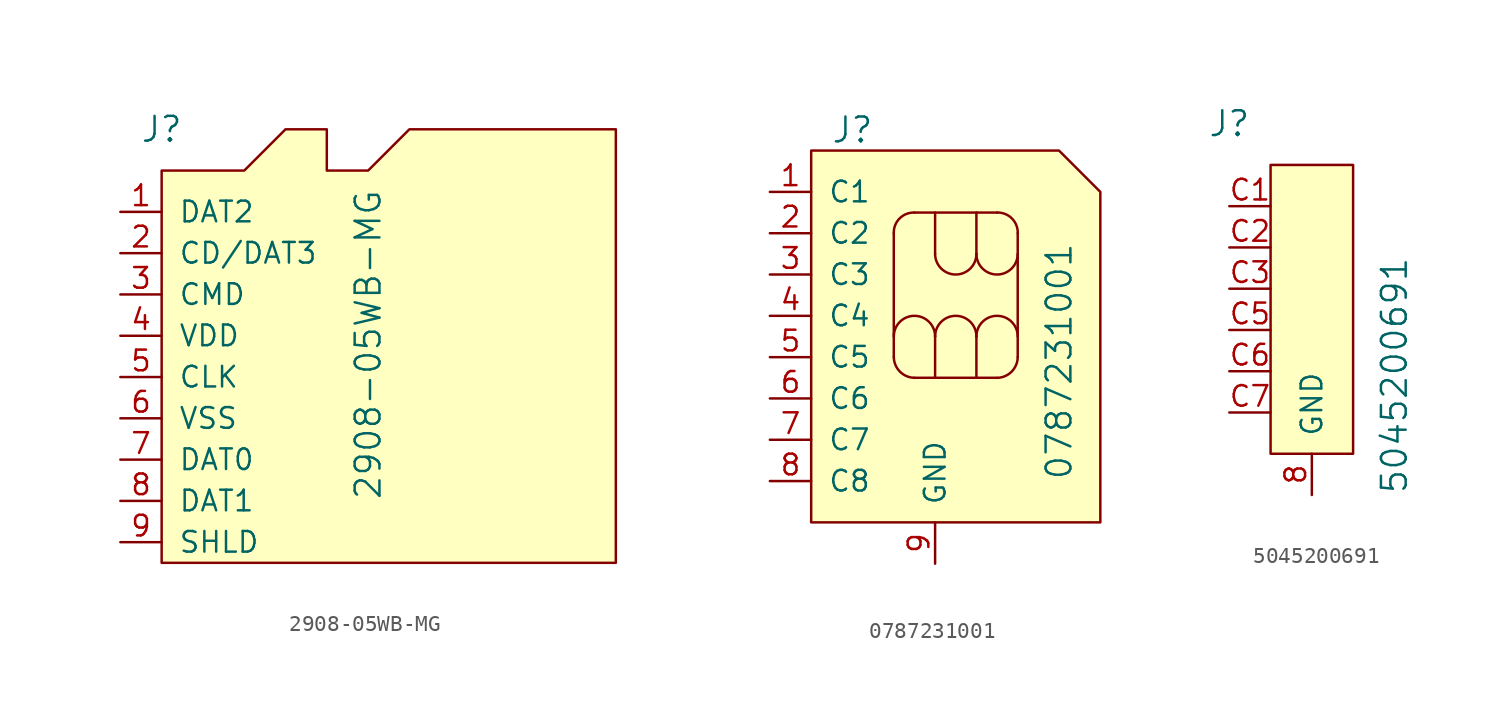
<source format=kicad_sym>
(kicad_symbol_lib
  (version 20211014)
  (generator kicad_symbol_editor)
  (symbol "2908-05WB-MG"
    (pin_names
      (offset 1.016))
    (property "Reference" "J"
      (at -12.7 12.7 0)
      (effects (font (size 1.524 1.524))))
    (property "Value" "2908-05WB-MG"
      (at 0 -10.16 90)
      (effects (font (size 1.524 1.524)) (justify left)))
    (symbol "2908-05WB-MG_0_1"
      (polyline (pts (xy -12.7 -13.97) (xy -12.7 10.16) (xy -7.62 10.16) (xy -5.08 12.7) (xy -2.54 12.7) (xy -2.54 10.16) (xy 0 10.16) (xy 2.54 12.7) (xy 15.24 12.7) (xy 15.24 -13.97) (xy -12.7 -13.97)) (stroke (width 0) (type default) (color 0 0 0 0)) (fill (type background))))
    (symbol "2908-05WB-MG_1_1"
      (pin bidirectional line (at -15.24 7.62 0) (length 2.54) (name "DAT2" (effects (font (size 1.27 1.27)))) (number "1" (effects (font (size 1.27 1.27)))))
      (pin bidirectional line (at -15.24 5.08 0) (length 2.54) (name "CD/DAT3" (effects (font (size 1.27 1.27)))) (number "2" (effects (font (size 1.27 1.27)))))
      (pin bidirectional line (at -15.24 2.54 0) (length 2.54) (name "CMD" (effects (font (size 1.27 1.27)))) (number "3" (effects (font (size 1.27 1.27)))))
      (pin power_in line (at -15.24 0 0) (length 2.54) (name "VDD" (effects (font (size 1.27 1.27)))) (number "4" (effects (font (size 1.27 1.27)))))
      (pin output line (at -15.24 -2.54 0) (length 2.54) (name "CLK" (effects (font (size 1.27 1.27)))) (number "5" (effects (font (size 1.27 1.27)))))
      (pin power_in line (at -15.24 -5.08 0) (length 2.54) (name "VSS" (effects (font (size 1.27 1.27)))) (number "6" (effects (font (size 1.27 1.27)))))
      (pin bidirectional line (at -15.24 -7.62 0) (length 2.54) (name "DAT0" (effects (font (size 1.27 1.27)))) (number "7" (effects (font (size 1.27 1.27)))))
      (pin bidirectional line (at -15.24 -10.16 0) (length 2.54) (name "DAT1" (effects (font (size 1.27 1.27)))) (number "8" (effects (font (size 1.27 1.27)))))
      (pin passive line (at -15.24 -12.7 0) (length 2.54) (name "SHLD" (effects (font (size 1.27 1.27)))) (number "9" (effects (font (size 1.27 1.27)))))))
  (symbol "0787231001"
    (pin_names
      (offset 1.016))
    (property "Reference" "J"
      (at -7.62 8.89 0)
      (effects (font (size 1.524 1.524))))
    (property "Value" "0787231001"
      (at 5.08 -12.7 90)
      (effects (font (size 1.524 1.524)) (justify left)))
    (symbol "0787231001_1_1"
      (arc (start -5.08 -5.08) (mid -4.7066 -5.9688) (end -3.81 -6.35) (stroke (width 0) (type default) (color 0 0 0 0)) (fill (type none)))
      (arc (start -3.81 3.81) (mid -4.7246 3.4471) (end -5.08 2.54) (stroke (width 0) (type default) (color 0 0 0 0)) (fill (type none)))
      (arc (start -2.54 -3.81) (mid -3.81 -2.54) (end -5.08 -3.81) (stroke (width 0) (type default) (color 0 0 0 0)) (fill (type none)))
      (arc (start -2.54 1.27) (mid -1.27 0) (end 0 1.27) (stroke (width 0) (type default) (color 0 0 0 0)) (fill (type none)))
      (arc (start 0 -3.81) (mid -1.27 -2.54) (end -2.54 -3.81) (stroke (width 0) (type default) (color 0 0 0 0)) (fill (type none)))
      (polyline (pts (xy -5.08 2.54) (xy -5.08 -5.08)) (stroke (width 0) (type default) (color 0 0 0 0)) (fill (type none)))
      (polyline (pts (xy -3.81 3.81) (xy 1.27 3.81)) (stroke (width 0) (type default) (color 0 0 0 0)) (fill (type none)))
      (polyline (pts (xy -2.54 -3.81) (xy -2.54 -6.35)) (stroke (width 0) (type default) (color 0 0 0 0)) (fill (type none)))
      (polyline (pts (xy -2.54 3.81) (xy -2.54 1.27)) (stroke (width 0) (type default) (color 0 0 0 0)) (fill (type none)))
      (polyline (pts (xy 0 -6.35) (xy 0 -3.81)) (stroke (width 0) (type default) (color 0 0 0 0)) (fill (type none)))
      (polyline (pts (xy 0 3.81) (xy 0 1.27)) (stroke (width 0) (type default) (color 0 0 0 0)) (fill (type none)))
      (polyline (pts (xy 1.27 -6.35) (xy -3.81 -6.35)) (stroke (width 0) (type default) (color 0 0 0 0)) (fill (type none)))
      (polyline (pts (xy 2.54 2.54) (xy 2.54 -5.08)) (stroke (width 0) (type default) (color 0 0 0 0)) (fill (type none)))
      (polyline (pts (xy -10.16 7.62) (xy -10.16 -15.24) (xy 7.62 -15.24) (xy 7.62 -7.62) (xy 7.62 5.08) (xy 5.08 7.62) (xy -10.16 7.62)) (stroke (width 0) (type default) (color 0 0 0 0)) (fill (type background)))
      (arc (start 0 1.27) (mid 1.27 0) (end 2.54 1.27) (stroke (width 0) (type default) (color 0 0 0 0)) (fill (type none)))
      (arc (start 1.27 -6.35) (mid 2.1588 -5.9766) (end 2.54 -5.08) (stroke (width 0) (type default) (color 0 0 0 0)) (fill (type none)))
      (arc (start 2.54 -3.81) (mid 1.27 -2.54) (end 0 -3.81) (stroke (width 0) (type default) (color 0 0 0 0)) (fill (type none)))
      (arc (start 2.54 2.54) (mid 2.1771 3.4546) (end 1.27 3.81) (stroke (width 0) (type default) (color 0 0 0 0)) (fill (type none)))
      (pin bidirectional line (at -12.7 5.08 0) (length 2.54) (name "C1" (effects (font (size 1.27 1.27)))) (number "1" (effects (font (size 1.27 1.27)))))
      (pin bidirectional line (at -12.7 2.54 0) (length 2.54) (name "C2" (effects (font (size 1.27 1.27)))) (number "2" (effects (font (size 1.27 1.27)))))
      (pin bidirectional line (at -12.7 0 0) (length 2.54) (name "C3" (effects (font (size 1.27 1.27)))) (number "3" (effects (font (size 1.27 1.27)))))
      (pin bidirectional line (at -12.7 -2.54 0) (length 2.54) (name "C4" (effects (font (size 1.27 1.27)))) (number "4" (effects (font (size 1.27 1.27)))))
      (pin bidirectional line (at -12.7 -5.08 0) (length 2.54) (name "C5" (effects (font (size 1.27 1.27)))) (number "5" (effects (font (size 1.27 1.27)))))
      (pin bidirectional line (at -12.7 -7.62 0) (length 2.54) (name "C6" (effects (font (size 1.27 1.27)))) (number "6" (effects (font (size 1.27 1.27)))))
      (pin bidirectional line (at -12.7 -10.16 0) (length 2.54) (name "C7" (effects (font (size 1.27 1.27)))) (number "7" (effects (font (size 1.27 1.27)))))
      (pin bidirectional line (at -12.7 -12.7 0) (length 2.54) (name "C8" (effects (font (size 1.27 1.27)))) (number "8" (effects (font (size 1.27 1.27)))))
      (pin power_in line (at -2.54 -17.78 90) (length 2.54) (name "GND" (effects (font (size 1.27 1.27)))) (number "9" (effects (font (size 1.27 1.27)))))))
  (symbol "5045200691"
    (pin_names
      (offset 1.016))
    (property "Reference" "J"
      (at -5.08 10.16 0)
      (effects (font (size 1.524 1.524))))
    (property "Value" "5045200691"
      (at 5.08 -12.7 90)
      (effects (font (size 1.524 1.524)) (justify left)))
    (symbol "5045200691_0_1"
      (rectangle (start -2.54 7.62) (end 2.54 -10.16) (stroke (width 0) (type default) (color 0 0 0 0)) (fill (type background))))
    (symbol "5045200691_1_1"
      (pin power_in line (at 0 -12.7 90) (length 2.54) (name "GND" (effects (font (size 1.27 1.27)))) (number "8" (effects (font (size 1.27 1.27)))))
      (pin power_in line (at -5.08 5.08 0) (length 2.54) (name "~" (effects (font (size 1.27 1.27)))) (number "C1" (effects (font (size 1.27 1.27)))))
      (pin input line (at -5.08 2.54 0) (length 2.54) (name "~" (effects (font (size 1.27 1.27)))) (number "C2" (effects (font (size 1.27 1.27)))))
      (pin input line (at -5.08 0 0) (length 2.54) (name "~" (effects (font (size 1.27 1.27)))) (number "C3" (effects (font (size 1.27 1.27)))))
      (pin power_in line (at -5.08 -2.54 0) (length 2.54) (name "~" (effects (font (size 1.27 1.27)))) (number "C5" (effects (font (size 1.27 1.27)))))
      (pin power_in line (at -5.08 -5.08 0) (length 2.54) (name "~" (effects (font (size 1.27 1.27)))) (number "C6" (effects (font (size 1.27 1.27)))))
      (pin bidirectional line (at -5.08 -7.62 0) (length 2.54) (name "~" (effects (font (size 1.27 1.27)))) (number "C7" (effects (font (size 1.27 1.27))))))))
</source>
